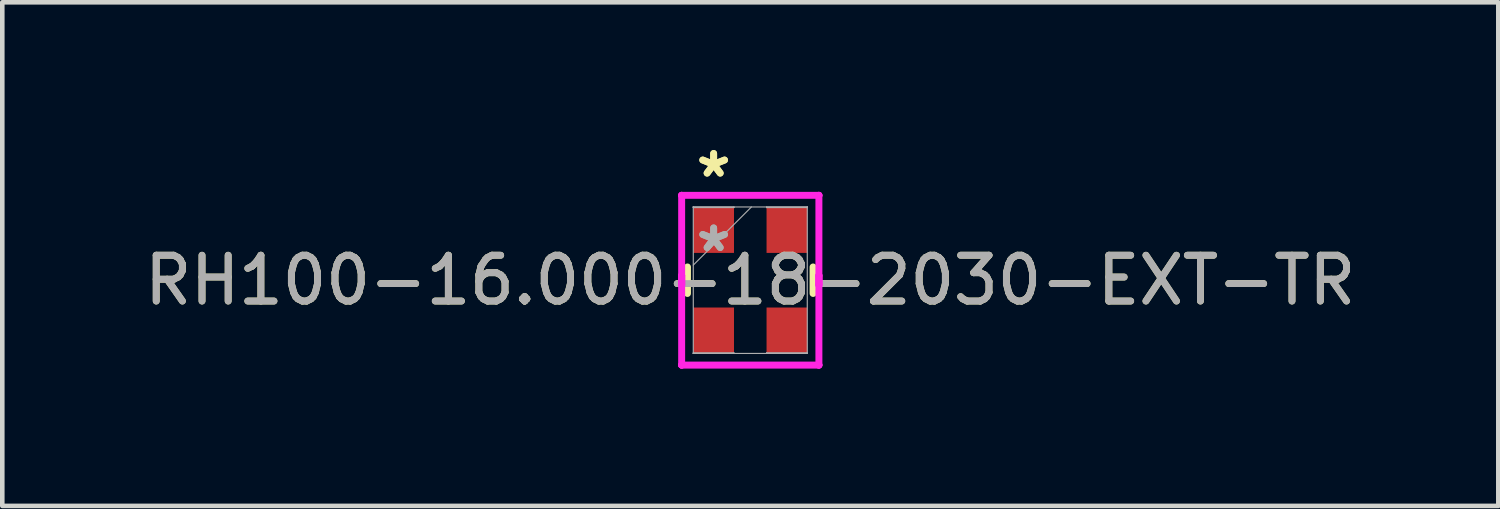
<source format=kicad_pcb>
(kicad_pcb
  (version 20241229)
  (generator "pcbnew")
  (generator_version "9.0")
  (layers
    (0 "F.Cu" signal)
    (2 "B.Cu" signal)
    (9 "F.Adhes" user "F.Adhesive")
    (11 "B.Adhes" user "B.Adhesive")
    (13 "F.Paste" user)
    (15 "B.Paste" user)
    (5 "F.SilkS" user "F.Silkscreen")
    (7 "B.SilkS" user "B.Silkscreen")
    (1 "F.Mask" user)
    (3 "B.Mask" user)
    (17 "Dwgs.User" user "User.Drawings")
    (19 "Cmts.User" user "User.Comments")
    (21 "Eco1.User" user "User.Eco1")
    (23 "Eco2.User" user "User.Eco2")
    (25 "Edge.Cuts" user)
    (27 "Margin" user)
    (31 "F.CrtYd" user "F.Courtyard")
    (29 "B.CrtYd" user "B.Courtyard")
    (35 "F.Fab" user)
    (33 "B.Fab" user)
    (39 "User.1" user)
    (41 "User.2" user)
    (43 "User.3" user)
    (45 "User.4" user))
  (footprint "RH100-16.000-18-2030-EXT-TR"
    (layer "F.Cu")
    (at 13.339 3.071)
    (property "Reference" "RH100-16.000-18-2030-EXT-TR" (at 0 0 0) (unlocked yes) (layer "F.SilkS") (effects (font (size 1 1) (thickness 0.15))))
    (attr smd)
    (fp_line (start -1.372 -0.289) (end -1.372 0.289) (stroke (width 0.152) (type solid)) (layer "F.SilkS"))
    (fp_line (start 1.372 0.289) (end 1.372 -0.289) (stroke (width 0.152) (type solid)) (layer "F.SilkS"))
    (fp_line (start -1.499 -1.854) (end -1.499 -1.854) (stroke (width 0.152) (type solid)) (layer "F.CrtYd"))
    (fp_line (start -1.499 -1.854) (end -1.499 -1.854) (stroke (width 0.152) (type solid)) (layer "F.CrtYd"))
    (fp_line (start -1.499 -1.854) (end 1.499 -1.854) (stroke (width 0.152) (type solid)) (layer "F.CrtYd"))
    (fp_line (start -1.499 -0.102) (end -1.499 -0.102) (stroke (width 0.152) (type solid)) (layer "F.CrtYd"))
    (fp_line (start -1.499 -0.102) (end -1.499 0.102) (stroke (width 0.152) (type solid)) (layer "F.CrtYd"))
    (fp_line (start -1.499 0.102) (end -1.499 -1.854) (stroke (width 0.152) (type solid)) (layer "F.CrtYd"))
    (fp_line (start -1.499 0.102) (end -1.499 0.102) (stroke (width 0.152) (type solid)) (layer "F.CrtYd"))
    (fp_line (start -1.499 1.854) (end -1.499 -0.102) (stroke (width 0.152) (type solid)) (layer "F.CrtYd"))
    (fp_line (start -1.499 1.854) (end -1.499 1.854) (stroke (width 0.152) (type solid)) (layer "F.CrtYd"))
    (fp_line (start -1.499 1.854) (end -1.499 1.854) (stroke (width 0.152) (type solid)) (layer "F.CrtYd"))
    (fp_line (start 1.499 -1.854) (end 1.499 -1.854) (stroke (width 0.152) (type solid)) (layer "F.CrtYd"))
    (fp_line (start 1.499 -1.854) (end 1.499 -1.854) (stroke (width 0.152) (type solid)) (layer "F.CrtYd"))
    (fp_line (start 1.499 -1.854) (end 1.499 0.102) (stroke (width 0.152) (type solid)) (layer "F.CrtYd"))
    (fp_line (start 1.499 -0.102) (end 1.499 -0.102) (stroke (width 0.152) (type solid)) (layer "F.CrtYd"))
    (fp_line (start 1.499 -0.102) (end 1.499 1.854) (stroke (width 0.152) (type solid)) (layer "F.CrtYd"))
    (fp_line (start 1.499 0.102) (end 1.499 -0.102) (stroke (width 0.152) (type solid)) (layer "F.CrtYd"))
    (fp_line (start 1.499 0.102) (end 1.499 0.102) (stroke (width 0.152) (type solid)) (layer "F.CrtYd"))
    (fp_line (start 1.499 1.854) (end -1.499 1.854) (stroke (width 0.152) (type solid)) (layer "F.CrtYd"))
    (fp_line (start 1.499 1.854) (end 1.499 1.854) (stroke (width 0.152) (type solid)) (layer "F.CrtYd"))
    (fp_line (start 1.499 1.854) (end 1.499 1.854) (stroke (width 0.152) (type solid)) (layer "F.CrtYd"))
    (fp_line (start -1.245 -1.6) (end -1.245 -1.6) (stroke (width 0.025) (type solid)) (layer "F.Fab"))
    (fp_line (start -1.245 -1.6) (end -1.245 1.6) (stroke (width 0.025) (type solid)) (layer "F.Fab"))
    (fp_line (start -1.245 -1.6) (end -0.356 -1.6) (stroke (width 0.025) (type solid)) (layer "F.Fab"))
    (fp_line (start -1.245 -1.587) (end -1.245 -1.6) (stroke (width 0.025) (type solid)) (layer "F.Fab"))
    (fp_line (start -1.245 -0.33) (end 0.025 -1.6) (stroke (width 0.025) (type solid)) (layer "F.Fab"))
    (fp_line (start -1.245 1.587) (end -0.356 1.587) (stroke (width 0.025) (type solid)) (layer "F.Fab"))
    (fp_line (start -1.245 1.6) (end -1.245 1.587) (stroke (width 0.025) (type solid)) (layer "F.Fab"))
    (fp_line (start -1.245 1.6) (end -1.245 1.6) (stroke (width 0.025) (type solid)) (layer "F.Fab"))
    (fp_line (start -1.245 1.6) (end 1.245 1.6) (stroke (width 0.025) (type solid)) (layer "F.Fab"))
    (fp_line (start -0.356 -1.6) (end -0.356 -1.587) (stroke (width 0.025) (type solid)) (layer "F.Fab"))
    (fp_line (start -0.356 -1.587) (end -1.245 -1.587) (stroke (width 0.025) (type solid)) (layer "F.Fab"))
    (fp_line (start -0.356 1.587) (end -0.356 1.6) (stroke (width 0.025) (type solid)) (layer "F.Fab"))
    (fp_line (start -0.356 1.6) (end -1.245 1.6) (stroke (width 0.025) (type solid)) (layer "F.Fab"))
    (fp_line (start 0.356 -1.6) (end 1.245 -1.6) (stroke (width 0.025) (type solid)) (layer "F.Fab"))
    (fp_line (start 0.356 -1.587) (end 0.356 -1.6) (stroke (width 0.025) (type solid)) (layer "F.Fab"))
    (fp_line (start 0.356 1.587) (end 1.245 1.587) (stroke (width 0.025) (type solid)) (layer "F.Fab"))
    (fp_line (start 0.356 1.6) (end 0.356 1.587) (stroke (width 0.025) (type solid)) (layer "F.Fab"))
    (fp_line (start 1.245 -1.6) (end -1.245 -1.6) (stroke (width 0.025) (type solid)) (layer "F.Fab"))
    (fp_line (start 1.245 -1.6) (end 1.245 -1.6) (stroke (width 0.025) (type solid)) (layer "F.Fab"))
    (fp_line (start 1.245 -1.6) (end 1.245 -1.587) (stroke (width 0.025) (type solid)) (layer "F.Fab"))
    (fp_line (start 1.245 -1.587) (end 0.356 -1.587) (stroke (width 0.025) (type solid)) (layer "F.Fab"))
    (fp_line (start 1.245 1.587) (end 1.245 1.6) (stroke (width 0.025) (type solid)) (layer "F.Fab"))
    (fp_line (start 1.245 1.6) (end 0.356 1.6) (stroke (width 0.025) (type solid)) (layer "F.Fab"))
    (fp_line (start 1.245 1.6) (end 1.245 -1.6) (stroke (width 0.025) (type solid)) (layer "F.Fab"))
    (fp_line (start 1.245 1.6) (end 1.245 1.6) (stroke (width 0.025) (type solid)) (layer "F.Fab"))
    (fp_text user "*" (at -0.8 -2.223 0) (layer "F.SilkS") (effects (font (size 1 1) (thickness 0.15))))
    (fp_text user "*" (at -0.8 -2.223 0) (unlocked yes) (layer "F.SilkS") (effects (font (size 1 1) (thickness 0.15))))
    (fp_text user "*" (at -0.8 -0.597 0) (layer "F.Fab") (effects (font (size 1 1) (thickness 0.15))))
    (fp_text user "${REFERENCE}" (at 0 0 0) (unlocked yes) (layer "F.Fab") (effects (font (size 1 1) (thickness 0.15))))
    (fp_text user "*" (at -0.8 -0.597 0) (unlocked yes) (layer "F.Fab") (effects (font (size 1 1) (thickness 0.15))))
    (pad "1" smd rect (at -0.8 -1.092) (size 0.889 0.991) (layers "F.Cu" "F.Mask" "F.Paste"))
    (pad "2" smd rect (at -0.8 1.092) (size 0.889 0.991) (layers "F.Cu" "F.Mask" "F.Paste"))
    (pad "3" smd rect (at 0.8 1.092) (size 0.889 0.991) (layers "F.Cu" "F.Mask" "F.Paste"))
    (pad "4" smd rect (at 0.8 -1.092) (size 0.889 0.991) (layers "F.Cu" "F.Mask" "F.Paste")))
  (gr_rect
    (start -3 -3)
    (end 29.679 8.001)
    (stroke (width 0.1) (type default))
    (fill no)
    (layer "Edge.Cuts")))
</source>
